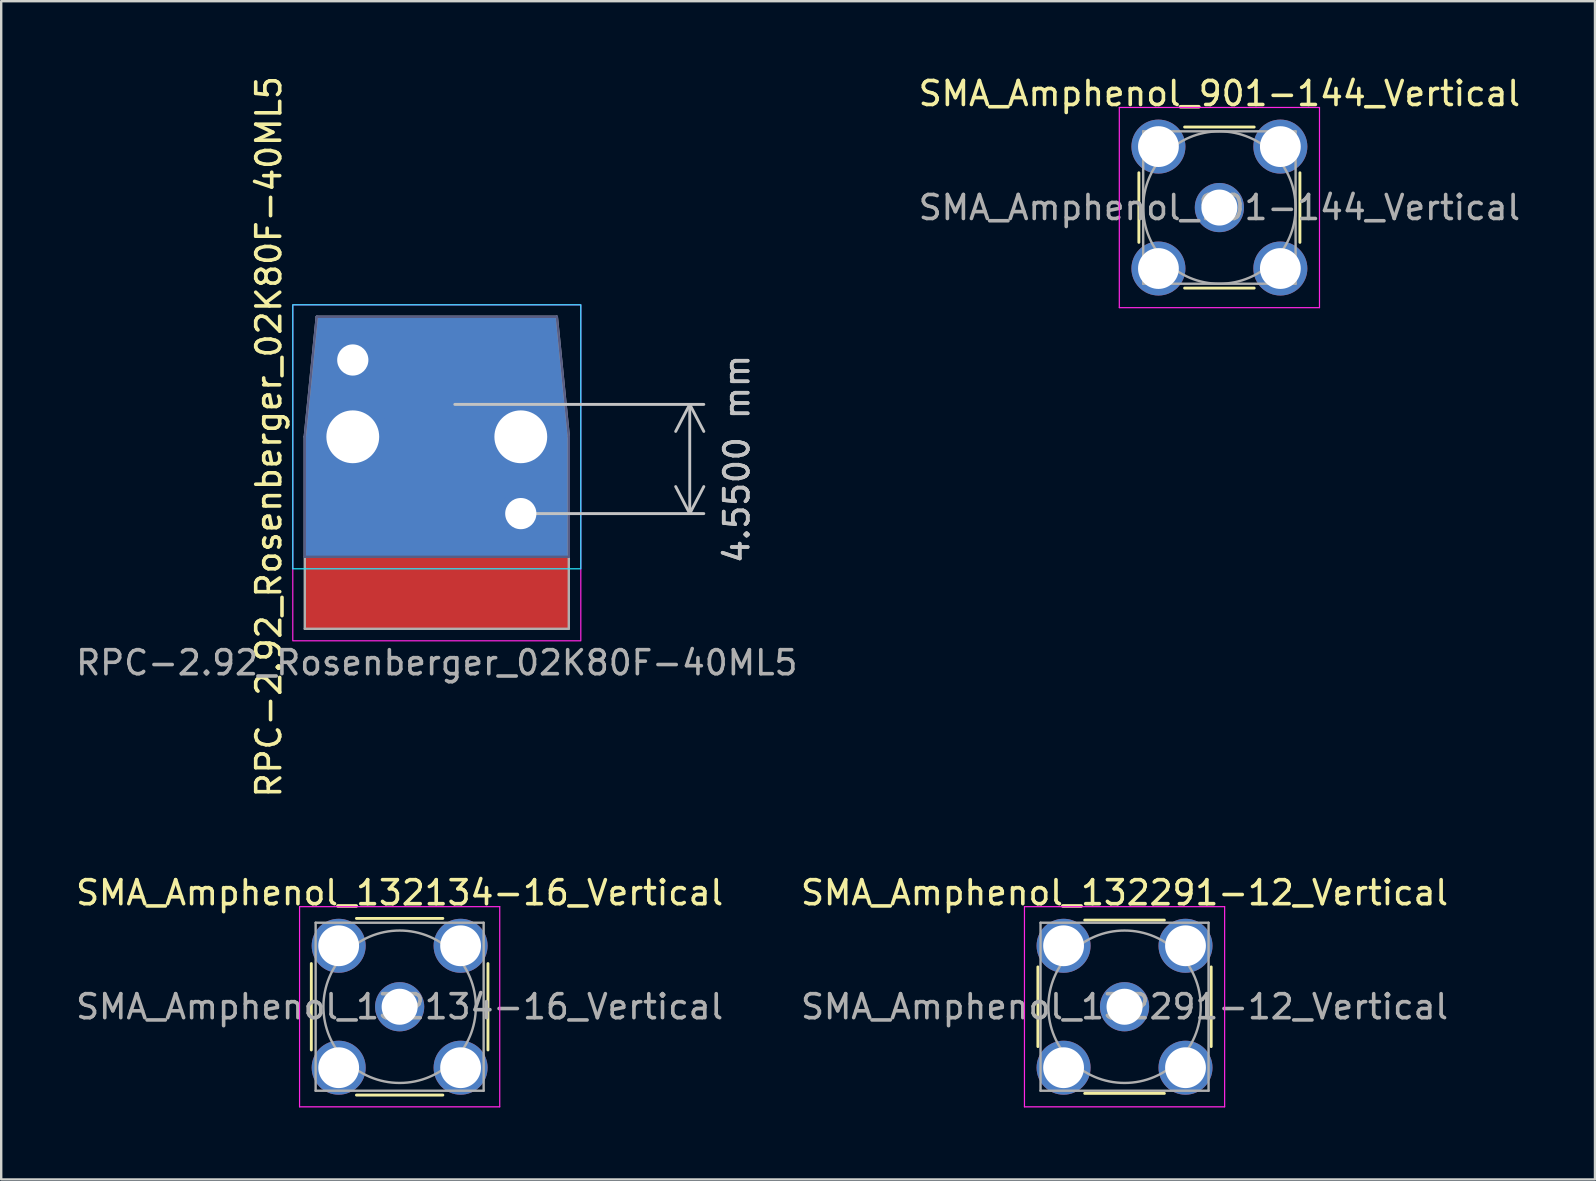
<source format=kicad_pcb>
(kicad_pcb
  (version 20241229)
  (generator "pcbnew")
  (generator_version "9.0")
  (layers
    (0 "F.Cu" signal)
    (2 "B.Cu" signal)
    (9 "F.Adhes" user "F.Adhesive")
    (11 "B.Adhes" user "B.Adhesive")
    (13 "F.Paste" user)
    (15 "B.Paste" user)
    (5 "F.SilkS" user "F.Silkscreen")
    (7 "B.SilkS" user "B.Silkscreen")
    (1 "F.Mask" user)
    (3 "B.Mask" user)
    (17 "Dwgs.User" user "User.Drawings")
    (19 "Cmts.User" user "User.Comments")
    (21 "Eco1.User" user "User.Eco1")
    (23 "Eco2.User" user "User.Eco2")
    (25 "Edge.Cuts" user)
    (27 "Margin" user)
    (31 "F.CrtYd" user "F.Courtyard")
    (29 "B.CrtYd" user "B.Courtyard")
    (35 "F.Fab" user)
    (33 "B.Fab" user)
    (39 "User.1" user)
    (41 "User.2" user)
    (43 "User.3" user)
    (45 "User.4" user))
  (footprint "SMA_Amphenol_901-144_Vertical"
    (layer "F.Cu")
    (at 47.756 5.598)
    (property "Reference" "SMA_Amphenol_901-144_Vertical" (at 0 -4.75 0) (layer "F.SilkS") (effects (font (size 1 1) (thickness 0.15))))
    (attr through_hole)
    (fp_line (start -3.355 -1.45) (end -3.355 1.45) (stroke (width 0.12) (type solid)) (layer "F.SilkS"))
    (fp_line (start -1.45 -3.355) (end 1.45 -3.355) (stroke (width 0.12) (type solid)) (layer "F.SilkS"))
    (fp_line (start -1.45 3.355) (end 1.45 3.355) (stroke (width 0.12) (type solid)) (layer "F.SilkS"))
    (fp_line (start 3.355 -1.45) (end 3.355 1.45) (stroke (width 0.12) (type solid)) (layer "F.SilkS"))
    (fp_line (start -4.17 -4.17) (end -4.17 4.17) (stroke (width 0.05) (type solid)) (layer "F.CrtYd"))
    (fp_line (start -4.17 -4.17) (end 4.17 -4.17) (stroke (width 0.05) (type solid)) (layer "F.CrtYd"))
    (fp_line (start 4.17 4.17) (end -4.17 4.17) (stroke (width 0.05) (type solid)) (layer "F.CrtYd"))
    (fp_line (start 4.17 4.17) (end 4.17 -4.17) (stroke (width 0.05) (type solid)) (layer "F.CrtYd"))
    (fp_line (start -3.175 -3.175) (end -3.175 3.175) (stroke (width 0.1) (type solid)) (layer "F.Fab"))
    (fp_line (start -3.175 -3.175) (end 3.175 -3.175) (stroke (width 0.1) (type solid)) (layer "F.Fab"))
    (fp_line (start -3.175 3.175) (end 3.175 3.175) (stroke (width 0.1) (type solid)) (layer "F.Fab"))
    (fp_line (start 3.175 -3.175) (end 3.175 3.175) (stroke (width 0.1) (type solid)) (layer "F.Fab"))
    (fp_circle (center 0 0) (end 3.175 0) (stroke (width 0.1) (type solid)) (fill no) (layer "F.Fab"))
    (fp_text user "${REFERENCE}" (at 0 0 0) (layer "F.Fab") (effects (font (size 1 1) (thickness 0.15))))
    (pad "1" thru_hole circle (at 0 0) (size 2.05 2.05) (drill 1.5) (layers "*.Cu" "*.Mask"))
    (pad "2" thru_hole circle (at -2.54 -2.54) (size 2.25 2.25) (drill 1.7) (layers "*.Cu" "*.Mask"))
    (pad "2" thru_hole circle (at -2.54 2.54) (size 2.25 2.25) (drill 1.7) (layers "*.Cu" "*.Mask"))
    (pad "2" thru_hole circle (at 2.54 -2.54) (size 2.25 2.25) (drill 1.7) (layers "*.Cu" "*.Mask"))
    (pad "2" thru_hole circle (at 2.54 2.54) (size 2.25 2.25) (drill 1.7) (layers "*.Cu" "*.Mask")))
  (footprint "SMA_Amphenol_132291-12_Vertical"
    (layer "F.Cu")
    (at 43.804 38.896)
    (property "Reference" "SMA_Amphenol_132291-12_Vertical" (at 0 -4.75 0) (layer "F.SilkS") (effects (font (size 1 1) (thickness 0.15))))
    (attr through_hole)
    (fp_line (start -3.61 -1.66) (end -3.61 1.66) (stroke (width 0.12) (type solid)) (layer "F.SilkS"))
    (fp_line (start 1.66 -3.61) (end -1.66 -3.61) (stroke (width 0.12) (type solid)) (layer "F.SilkS"))
    (fp_line (start 1.66 3.61) (end -1.66 3.61) (stroke (width 0.12) (type solid)) (layer "F.SilkS"))
    (fp_line (start 3.61 -1.66) (end 3.61 1.66) (stroke (width 0.12) (type solid)) (layer "F.SilkS"))
    (fp_line (start -4.17 -4.17) (end -4.17 4.17) (stroke (width 0.05) (type solid)) (layer "F.CrtYd"))
    (fp_line (start -4.17 -4.17) (end 4.17 -4.17) (stroke (width 0.05) (type solid)) (layer "F.CrtYd"))
    (fp_line (start 4.17 4.17) (end -4.17 4.17) (stroke (width 0.05) (type solid)) (layer "F.CrtYd"))
    (fp_line (start 4.17 4.17) (end 4.17 -4.17) (stroke (width 0.05) (type solid)) (layer "F.CrtYd"))
    (fp_line (start -3.5 -3.5) (end -3.5 3.5) (stroke (width 0.1) (type solid)) (layer "F.Fab"))
    (fp_line (start -3.5 -3.5) (end 3.5 -3.5) (stroke (width 0.1) (type solid)) (layer "F.Fab"))
    (fp_line (start -3.5 3.5) (end 3.5 3.5) (stroke (width 0.1) (type solid)) (layer "F.Fab"))
    (fp_line (start 3.5 -3.5) (end 3.5 3.5) (stroke (width 0.1) (type solid)) (layer "F.Fab"))
    (fp_circle (center 0 0) (end 3.175 0) (stroke (width 0.1) (type solid)) (fill no) (layer "F.Fab"))
    (fp_text user "${REFERENCE}" (at 0 0 0) (layer "F.Fab") (effects (font (size 1 1) (thickness 0.15))))
    (pad "1" thru_hole circle (at 0 0) (size 2.05 2.05) (drill 1.5) (layers "*.Cu" "*.Mask"))
    (pad "2" thru_hole circle (at -2.54 -2.54) (size 2.25 2.25) (drill 1.7) (layers "*.Cu" "*.Mask"))
    (pad "2" thru_hole circle (at -2.54 2.54) (size 2.25 2.25) (drill 1.7) (layers "*.Cu" "*.Mask"))
    (pad "2" thru_hole circle (at 2.54 -2.54) (size 2.25 2.25) (drill 1.7) (layers "*.Cu" "*.Mask"))
    (pad "2" thru_hole circle (at 2.54 2.54) (size 2.25 2.25) (drill 1.7) (layers "*.Cu" "*.Mask")))
  (footprint "RPC-2.92_Rosenberger_02K80F-40ML5"
    (layer "F.Cu")
    (at 15.149 15.149)
    (property "Reference" "RPC-2.92_Rosenberger_02K80F-40ML5" (at -7 0 90) (layer "F.SilkS") (effects (font (size 1 1) (thickness 0.15))))
    (attr smd)
    (fp_rect (start -2 -2.257) (end -0.498 0) (stroke (width 0) (type solid)) (fill yes) (layer "F.Cu"))
    (fp_rect (start 0.498 -2.257) (end 2 0) (stroke (width 0) (type solid)) (fill yes) (layer "F.Cu"))
    (fp_poly (pts (xy -0.404 -0.229) (xy -0.229 -0.06) (xy 0 0) (xy 0 0.2) (xy -0.55 0.2) (xy -0.55 -0.5) (xy -0.5 -0.5)) (stroke (width 0) (type solid)) (fill yes) (layer "F.Cu"))
    (fp_poly (pts (xy 0.404 -0.229) (xy 0.229 -0.06) (xy 0 0) (xy 0 0.2) (xy 0.55 0.2) (xy 0.55 -0.5) (xy 0.5 -0.5)) (stroke (width 0) (type solid)) (fill yes) (layer "F.Cu"))
    (fp_poly (pts (xy -5 -5) (xy -5.5 0) (xy -5.5 8) (xy 5.5 8) (xy 5.5 0) (xy 5 -5) (xy 1 -5) (xy 1 0) (xy -1 0) (xy -1 -5)) (stroke (width 0) (type solid)) (fill yes) (layer "F.Cu"))
    (fp_poly (pts (xy -5 -5) (xy -5.5 0) (xy -5.5 8) (xy 5.5 8) (xy 5.5 0) (xy 5 -5) (xy 1 -5) (xy -1 -5)) (stroke (width 0) (type solid)) (fill yes) (layer "F.Mask"))
    (fp_poly (pts (xy -5 -5) (xy -5.5 0) (xy -5.5 5) (xy 5.5 5) (xy 5.5 0) (xy 5 -5)) (stroke (width 0) (type solid)) (fill yes) (layer "B.Cu"))
    (fp_poly (pts (xy -5.5 5) (xy 5.5 5) (xy 5.5 0) (xy 5 -5) (xy -5 -5) (xy -5.5 0)) (stroke (width 0) (type solid)) (fill yes) (layer "B.Mask"))
    (fp_rect (start -6 -5.5) (end 6 5.5) (stroke (width 0.05) (type default)) (fill no) (layer "B.CrtYd"))
    (fp_rect (start -6 -5.5) (end 6 8.5) (stroke (width 0.05) (type default)) (fill no) (layer "F.CrtYd"))
    (fp_line (start -5.5 0) (end -5.5 5) (stroke (width 0.1) (type default)) (layer "B.Fab"))
    (fp_line (start -5.5 5) (end 5.5 5) (stroke (width 0.1) (type default)) (layer "B.Fab"))
    (fp_line (start -5 -5) (end -5.5 0) (stroke (width 0.1) (type default)) (layer "B.Fab"))
    (fp_line (start 5 -5) (end -5 -5) (stroke (width 0.1) (type default)) (layer "B.Fab"))
    (fp_line (start 5.5 0) (end 5 -5) (stroke (width 0.1) (type default)) (layer "B.Fab"))
    (fp_line (start 5.5 5) (end 5.5 0) (stroke (width 0.1) (type default)) (layer "B.Fab"))
    (fp_line (start -5.5 0) (end -5.5 8) (stroke (width 0.1) (type default)) (layer "F.Fab"))
    (fp_line (start -5.5 8) (end 5.5 8) (stroke (width 0.1) (type default)) (layer "F.Fab"))
    (fp_line (start -5 -5) (end -5.5 0) (stroke (width 0.1) (type default)) (layer "F.Fab"))
    (fp_line (start -5 -5) (end 5 -5) (stroke (width 0.1) (type default)) (layer "F.Fab"))
    (fp_line (start 5 -5) (end 5.5 0) (stroke (width 0.1) (type default)) (layer "F.Fab"))
    (fp_line (start 5.5 8) (end 5.5 0) (stroke (width 0.1) (type default)) (layer "F.Fab"))
    (fp_text user "${REFERENCE}" (at 0 10 0) (unlocked yes) (layer "F.Fab") (effects (font (size 1 1) (thickness 0.15)) (justify bottom)))
    (dimension (type orthogonal) (layer "Dwgs.User") (pts (xy 18.649 18.349) (xy 15.399 13.799)) (height 7.039) (orientation 1) (format (prefix "") (suffix "") (units 3) (units_format 1) (precision 4)) (style (thickness 0.12) (arrow_length 1.27) (text_position_mode 2) (arrow_direction outward) (extension_height 0.586) (extension_offset 0.5) (keep_text_aligned yes)) (gr_text "4.5500 mm" (at 27.649 16.074 90) (layer "Dwgs.User") (effects (font (size 1 1) (thickness 0.15)))))
    (pad "1" smd rect (at 0 -1.8) (size 0.5 0.9) (layers "F.Cu" "F.Mask" "F.Paste"))
    (pad "2" thru_hole circle (at -3.5 -3.2) (size 1.8 1.8) (drill 1.3) (layers "*.Cu" "*.Mask"))
    (pad "2" thru_hole circle (at -3.5 0) (size 3 3) (drill 2.2) (layers "*.Cu" "*.Mask"))
    (pad "2" thru_hole circle (at 3.5 0) (size 3 3) (drill 2.2) (layers "*.Cu" "*.Mask"))
    (pad "2" thru_hole circle (at 3.5 3.2) (size 1.8 1.8) (drill 1.3) (layers "*.Cu" "*.Mask"))
    (zone (net_name "") (layer "F.Cu") (hatch edge 0.508) (connect_pads) (min_thickness 0.254) (filled_areas_thickness no) (keepout (tracks allowed) (vias not_allowed) (pads not_allowed) (copperpour not_allowed) (footprints allowed)) (placement (enabled no)) (fill) (polygon (pts (xy 15.649 14.649) (xy 15.576 14.918) (xy 15.411 15.1) (xy 15.146 15.149) (xy 14.917 15.088) (xy 14.739 14.915) (xy 14.649 14.649) (xy 14.649 11.649) (xy 15.649 11.649))))
    (zone (net_name "") (layer "F.Mask") (hatch edge 0.508) (connect_pads) (min_thickness 0.254) (filled_areas_thickness no) (keepout (tracks allowed) (vias allowed) (pads allowed) (copperpour allowed) (footprints allowed)) (placement (enabled no)) (fill) (polygon (pts (xy 20.649 23.149) (xy 9.649 23.149) (xy 9.649 10.149) (xy 20.649 10.149)))))
  (footprint "SMA_Amphenol_132134-16_Vertical"
    (layer "F.Cu")
    (at 13.601 38.896)
    (property "Reference" "SMA_Amphenol_132134-16_Vertical" (at 0 -4.75 0) (layer "F.SilkS") (effects (font (size 1 1) (thickness 0.15))))
    (attr through_hole)
    (fp_line (start -3.68 -1.8) (end -3.68 1.8) (stroke (width 0.12) (type solid)) (layer "F.SilkS"))
    (fp_line (start -1.8 -3.68) (end 1.8 -3.68) (stroke (width 0.12) (type solid)) (layer "F.SilkS"))
    (fp_line (start -1.8 3.68) (end 1.8 3.68) (stroke (width 0.12) (type solid)) (layer "F.SilkS"))
    (fp_line (start 3.68 -1.8) (end 3.68 1.8) (stroke (width 0.12) (type solid)) (layer "F.SilkS"))
    (fp_line (start -4.17 -4.17) (end -4.17 4.17) (stroke (width 0.05) (type solid)) (layer "F.CrtYd"))
    (fp_line (start -4.17 -4.17) (end 4.17 -4.17) (stroke (width 0.05) (type solid)) (layer "F.CrtYd"))
    (fp_line (start 4.17 4.17) (end -4.17 4.17) (stroke (width 0.05) (type solid)) (layer "F.CrtYd"))
    (fp_line (start 4.17 4.17) (end 4.17 -4.17) (stroke (width 0.05) (type solid)) (layer "F.CrtYd"))
    (fp_line (start -3.5 -3.5) (end -3.5 3.5) (stroke (width 0.1) (type solid)) (layer "F.Fab"))
    (fp_line (start -3.5 -3.5) (end 3.5 -3.5) (stroke (width 0.1) (type solid)) (layer "F.Fab"))
    (fp_line (start -3.5 3.5) (end 3.5 3.5) (stroke (width 0.1) (type solid)) (layer "F.Fab"))
    (fp_line (start 3.5 -3.5) (end 3.5 3.5) (stroke (width 0.1) (type solid)) (layer "F.Fab"))
    (fp_circle (center 0 0) (end 3.175 0) (stroke (width 0.1) (type solid)) (fill no) (layer "F.Fab"))
    (fp_text user "${REFERENCE}" (at 0 0 0) (layer "F.Fab") (effects (font (size 1 1) (thickness 0.15))))
    (pad "1" thru_hole circle (at 0 0) (size 2.05 2.05) (drill 1.5) (layers "*.Cu" "*.Mask"))
    (pad "2" thru_hole circle (at -2.54 -2.54) (size 2.25 2.25) (drill 1.7) (layers "*.Cu" "*.Mask"))
    (pad "2" thru_hole circle (at -2.54 2.54) (size 2.25 2.25) (drill 1.7) (layers "*.Cu" "*.Mask"))
    (pad "2" thru_hole circle (at 2.54 -2.54) (size 2.25 2.25) (drill 1.7) (layers "*.Cu" "*.Mask"))
    (pad "2" thru_hole circle (at 2.54 2.54) (size 2.25 2.25) (drill 1.7) (layers "*.Cu" "*.Mask")))
  (gr_rect
    (start -3 -3)
    (end 63.405 46.091)
    (stroke (width 0.1) (type default))
    (fill no)
    (layer "Edge.Cuts")))
</source>
